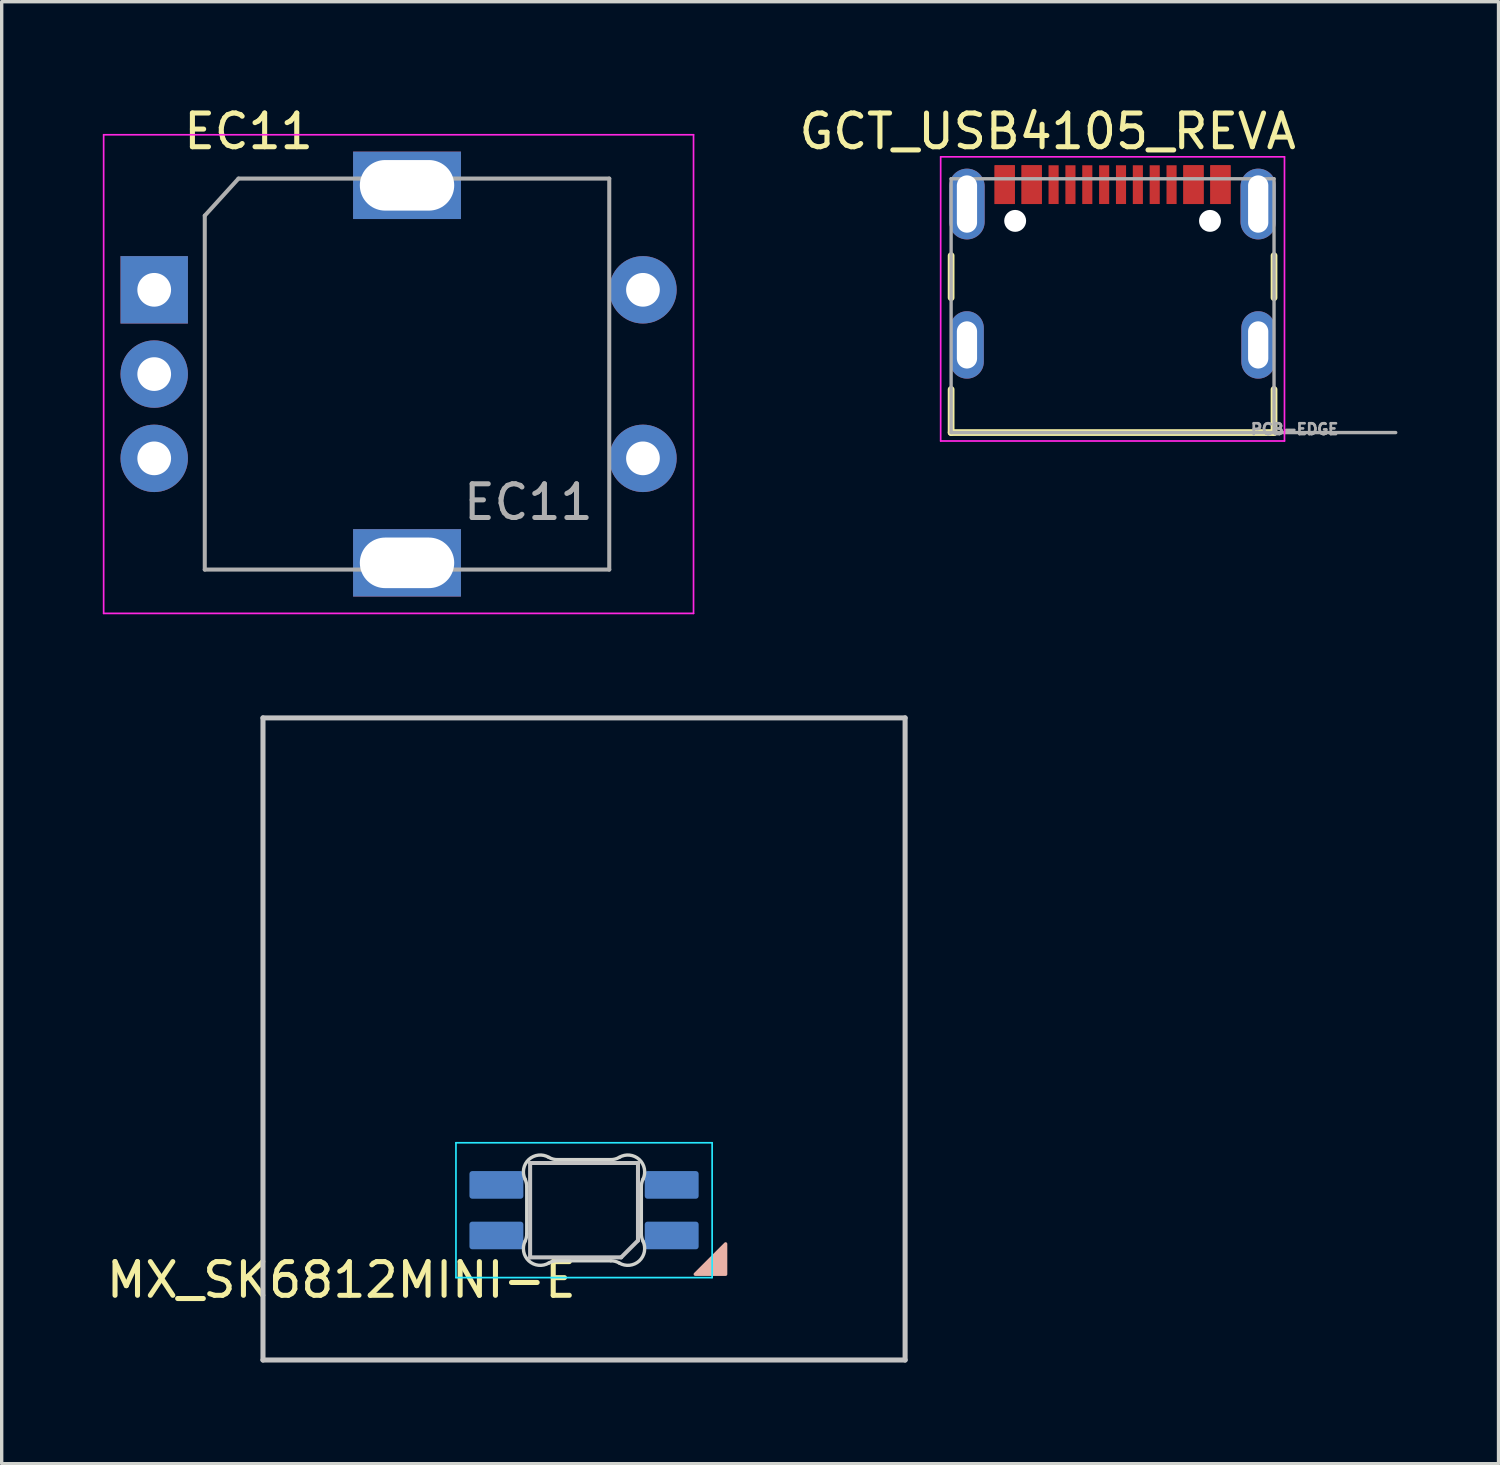
<source format=kicad_pcb>
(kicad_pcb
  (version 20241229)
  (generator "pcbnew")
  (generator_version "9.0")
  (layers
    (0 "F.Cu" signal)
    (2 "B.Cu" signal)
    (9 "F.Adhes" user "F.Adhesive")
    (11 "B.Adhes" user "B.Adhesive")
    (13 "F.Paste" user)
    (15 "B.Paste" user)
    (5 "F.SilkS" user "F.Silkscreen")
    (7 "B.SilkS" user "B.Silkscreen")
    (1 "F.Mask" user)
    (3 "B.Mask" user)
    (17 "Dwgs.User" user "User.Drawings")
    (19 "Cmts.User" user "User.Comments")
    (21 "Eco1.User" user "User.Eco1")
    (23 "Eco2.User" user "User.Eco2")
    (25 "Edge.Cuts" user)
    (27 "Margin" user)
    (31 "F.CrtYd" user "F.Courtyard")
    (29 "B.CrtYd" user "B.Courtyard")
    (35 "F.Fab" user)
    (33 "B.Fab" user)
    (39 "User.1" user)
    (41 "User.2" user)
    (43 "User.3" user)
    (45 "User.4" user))
  (footprint "MX_SK6812MINI-E"
    (layer "F.Cu")
    (at 14.277 27.773)
    (property "Reference" "MX_SK6812MINI-E" (at -7.2 7.15 0) (layer "F.SilkS") (effects (font (size 1 1) (thickness 0.15))))
    (attr through_hole)
    (fp_poly (pts (xy 4.2 6.08) (xy 3.3 6.98) (xy 4.2 6.98)) (stroke (width 0.1) (type solid)) (fill yes) (layer "B.SilkS"))
    (fp_line (start -9.525 -9.525) (end 9.525 -9.525) (stroke (width 0.15) (type solid)) (layer "Dwgs.User"))
    (fp_line (start -9.525 9.525) (end -9.525 -9.525) (stroke (width 0.15) (type solid)) (layer "Dwgs.User"))
    (fp_line (start -1.6 3.68) (end -1.6 6.48) (stroke (width 0.12) (type solid)) (layer "Dwgs.User"))
    (fp_line (start -1.6 6.48) (end 1.1 6.48) (stroke (width 0.12) (type solid)) (layer "Dwgs.User"))
    (fp_line (start 1.6 3.68) (end -1.6 3.68) (stroke (width 0.12) (type solid)) (layer "Dwgs.User"))
    (fp_line (start 1.6 5.98) (end 1.1 6.48) (stroke (width 0.12) (type solid)) (layer "Dwgs.User"))
    (fp_line (start 1.6 5.98) (end 1.6 3.68) (stroke (width 0.12) (type solid)) (layer "Dwgs.User"))
    (fp_line (start 9.525 -9.525) (end 9.525 9.525) (stroke (width 0.15) (type solid)) (layer "Dwgs.User"))
    (fp_line (start 9.525 9.525) (end -9.525 9.525) (stroke (width 0.15) (type solid)) (layer "Dwgs.User"))
    (fp_line (start -1.7 5.783) (end -1.7 4.377) (stroke (width 0.1) (type solid)) (layer "Edge.Cuts"))
    (fp_line (start -0.794 3.58) (end 0.794 3.58) (stroke (width 0.1) (type solid)) (layer "Edge.Cuts"))
    (fp_line (start 0.794 6.58) (end -0.794 6.58) (stroke (width 0.1) (type solid)) (layer "Edge.Cuts"))
    (fp_line (start 1.7 4.377) (end 1.7 5.783) (stroke (width 0.1) (type solid)) (layer "Edge.Cuts"))
    (fp_arc (start -1.749484 4.160279) (mid -1.712527 4.265931) (end -1.699999 4.377157) (stroke (width 0.1) (type solid)) (layer "Edge.Cuts"))
    (fp_arc (start -1.749484 4.160279) (mid -1.638071 3.575964) (end -1.046711 3.5117) (stroke (width 0.1) (type solid)) (layer "Edge.Cuts"))
    (fp_arc (start -1.699999 5.782842) (mid -1.712527 5.894067) (end -1.749484 5.999719) (stroke (width 0.1) (type solid)) (layer "Edge.Cuts"))
    (fp_arc (start -1.046711 6.648296) (mid -1.63807 6.584033) (end -1.749484 5.999719) (stroke (width 0.1) (type solid)) (layer "Edge.Cuts"))
    (fp_arc (start -1.04671 6.648298) (mid -0.925122 6.597376) (end -0.794452 6.579999) (stroke (width 0.1) (type solid)) (layer "Edge.Cuts"))
    (fp_arc (start -0.794453 3.579999) (mid -0.925123 3.562622) (end -1.046711 3.5117) (stroke (width 0.1) (type solid)) (layer "Edge.Cuts"))
    (fp_arc (start 0.794452 6.579999) (mid 0.925123 6.597376) (end 1.046711 6.648298) (stroke (width 0.1) (type solid)) (layer "Edge.Cuts"))
    (fp_arc (start 1.046711 3.511701) (mid 0.925123 3.562623) (end 0.794453 3.58) (stroke (width 0.1) (type solid)) (layer "Edge.Cuts"))
    (fp_arc (start 1.046711 3.511701) (mid 1.638071 3.575965) (end 1.749484 4.160279) (stroke (width 0.1) (type solid)) (layer "Edge.Cuts"))
    (fp_arc (start 1.699999 4.377156) (mid 1.712527 4.265931) (end 1.749484 4.160279) (stroke (width 0.1) (type solid)) (layer "Edge.Cuts"))
    (fp_arc (start 1.749484 5.999718) (mid 1.638072 6.584034) (end 1.046711 6.648298) (stroke (width 0.1) (type solid)) (layer "Edge.Cuts"))
    (fp_arc (start 1.749484 5.999719) (mid 1.712527 5.894067) (end 1.699999 5.782841) (stroke (width 0.1) (type solid)) (layer "Edge.Cuts"))
    (fp_line (start -3.8 3.08) (end -3.8 7.08) (stroke (width 0.05) (type solid)) (layer "B.CrtYd"))
    (fp_line (start -3.8 7.08) (end 3.8 7.08) (stroke (width 0.05) (type solid)) (layer "B.CrtYd"))
    (fp_line (start 3.8 3.08) (end -3.8 3.08) (stroke (width 0.05) (type solid)) (layer "B.CrtYd"))
    (fp_line (start 3.8 7.08) (end 3.8 3.08) (stroke (width 0.05) (type solid)) (layer "B.CrtYd"))
    (pad "1" smd roundrect (at -2.6 4.33 270) (size 0.82 1.6) (layers "B.Cu" "B.Mask" "B.Paste") (roundrect_rratio 0.1))
    (pad "2" smd roundrect (at -2.6 5.83 270) (size 0.82 1.6) (layers "B.Cu" "B.Mask" "B.Paste") (roundrect_rratio 0.1))
    (pad "3" smd roundrect (at 2.6 5.83 270) (size 0.82 1.6) (layers "B.Cu" "B.Mask" "B.Paste") (roundrect_rratio 0.1))
    (pad "4" smd roundrect (at 2.6 4.33 270) (size 0.82 1.6) (layers "B.Cu" "B.Mask" "B.Paste") (roundrect_rratio 0.1)))
  (footprint "EC11"
    (layer "F.Cu")
    (at 1.525 5.548)
    (property "Reference" "EC11" (at 2.8 -4.7 0) (layer "F.SilkS") (effects (font (size 1 1) (thickness 0.15))))
    (attr through_hole)
    (fp_line (start -1.5 -4.6) (end -1.5 9.6) (stroke (width 0.05) (type solid)) (layer "F.CrtYd"))
    (fp_line (start -1.5 -4.6) (end 16 -4.6) (stroke (width 0.05) (type solid)) (layer "F.CrtYd"))
    (fp_line (start 16 9.6) (end -1.5 9.6) (stroke (width 0.05) (type solid)) (layer "F.CrtYd"))
    (fp_line (start 16 9.6) (end 16 -4.6) (stroke (width 0.05) (type solid)) (layer "F.CrtYd"))
    (fp_line (start 1.5 -2.2) (end 2.5 -3.3) (stroke (width 0.12) (type solid)) (layer "F.Fab"))
    (fp_line (start 1.5 8.3) (end 1.5 -2.2) (stroke (width 0.12) (type solid)) (layer "F.Fab"))
    (fp_line (start 2.5 -3.3) (end 13.5 -3.3) (stroke (width 0.12) (type solid)) (layer "F.Fab"))
    (fp_line (start 13.5 -3.3) (end 13.5 8.3) (stroke (width 0.12) (type solid)) (layer "F.Fab"))
    (fp_line (start 13.5 8.3) (end 1.5 8.3) (stroke (width 0.12) (type solid)) (layer "F.Fab"))
    (fp_text user "${REFERENCE}" (at 11.1 6.3 0) (layer "F.Fab") (effects (font (size 1 1) (thickness 0.15))))
    (pad "A" thru_hole rect (at 0 0) (size 2 2) (drill 1) (layers "*.Cu" "*.Mask"))
    (pad "B" thru_hole circle (at 0 5) (size 2 2) (drill 1) (layers "*.Cu" "*.Mask"))
    (pad "C" thru_hole circle (at 0 2.5) (size 2 2) (drill 1) (layers "*.Cu" "*.Mask"))
    (pad "MP" thru_hole rect (at 7.5 -3.1) (size 3.2 2) (drill oval 2.8 1.5) (layers "*.Cu" "*.Mask"))
    (pad "MP" thru_hole rect (at 7.5 8.1) (size 3.2 2) (drill oval 2.8 1.5) (layers "*.Cu" "*.Mask"))
    (pad "S1" thru_hole circle (at 14.5 5) (size 2 2) (drill 1) (layers "*.Cu" "*.Mask"))
    (pad "S2" thru_hole circle (at 14.5 0) (size 2 2) (drill 1) (layers "*.Cu" "*.Mask")))
  (footprint "GCT_USB4105_REVA"
    (layer "F.Cu")
    (at 29.957 7.183)
    (property "Reference" "GCT_USB4105_REVA" (at -1.925 -6.335 0) (layer "F.SilkS") (effects (font (size 1 1) (thickness 0.15))))
    (attr through_hole)
    (fp_line (start -4.79 -2.65) (end -4.79 -1.4) (stroke (width 0.2) (type solid)) (layer "F.SilkS"))
    (fp_line (start -4.79 1.32) (end -4.79 2.6) (stroke (width 0.2) (type solid)) (layer "F.SilkS"))
    (fp_line (start -4.79 2.6) (end 4.79 2.6) (stroke (width 0.2) (type solid)) (layer "F.SilkS"))
    (fp_line (start 4.79 -2.65) (end 4.79 -1.4) (stroke (width 0.2) (type solid)) (layer "F.SilkS"))
    (fp_line (start 4.79 2.6) (end 4.79 1.32) (stroke (width 0.2) (type solid)) (layer "F.SilkS"))
    (fp_line (start -5.1 -5.58) (end -5.1 2.85) (stroke (width 0.05) (type solid)) (layer "F.CrtYd"))
    (fp_line (start -5.1 2.85) (end 5.1 2.85) (stroke (width 0.05) (type solid)) (layer "F.CrtYd"))
    (fp_line (start 5.1 -5.58) (end -5.1 -5.58) (stroke (width 0.05) (type solid)) (layer "F.CrtYd"))
    (fp_line (start 5.1 2.85) (end 5.1 -5.58) (stroke (width 0.05) (type solid)) (layer "F.CrtYd"))
    (fp_line (start -4.79 -4.93) (end 4.79 -4.93) (stroke (width 0.1) (type solid)) (layer "F.Fab"))
    (fp_line (start -4.79 2.6) (end -4.79 -4.93) (stroke (width 0.1) (type solid)) (layer "F.Fab"))
    (fp_line (start 4.79 -4.93) (end 4.79 2.6) (stroke (width 0.1) (type solid)) (layer "F.Fab"))
    (fp_line (start 4.79 2.6) (end -4.79 2.6) (stroke (width 0.1) (type solid)) (layer "F.Fab"))
    (fp_line (start 4.8 2.6) (end 8.4 2.6) (stroke (width 0.1) (type solid)) (layer "F.Fab"))
    (fp_text user "PCB-EDGE" (at 5.4 2.5 0) (layer "F.Fab") (effects (font (size 0.32 0.32) (thickness 0.15))))
    (pad "" np_thru_hole circle (at -2.89 -3.68) (size 0.65 0.65) (drill 0.65) (layers "*.Cu" "*.Mask"))
    (pad "" np_thru_hole circle (at 2.89 -3.68) (size 0.65 0.65) (drill 0.65) (layers "*.Cu" "*.Mask"))
    (pad "A1" smd rect (at -3.2 -4.755) (size 0.6 1.15) (layers "F.Cu" "F.Mask" "F.Paste"))
    (pad "A4" smd rect (at -2.4 -4.755) (size 0.6 1.15) (layers "F.Cu" "F.Mask" "F.Paste"))
    (pad "A5" smd rect (at -1.25 -4.755) (size 0.3 1.15) (layers "F.Cu" "F.Mask" "F.Paste"))
    (pad "A6" smd rect (at -0.25 -4.755) (size 0.3 1.15) (layers "F.Cu" "F.Mask" "F.Paste"))
    (pad "A7" smd rect (at 0.25 -4.755) (size 0.3 1.15) (layers "F.Cu" "F.Mask" "F.Paste"))
    (pad "A8" smd rect (at 1.25 -4.755) (size 0.3 1.15) (layers "F.Cu" "F.Mask" "F.Paste"))
    (pad "A9" smd rect (at 2.4 -4.755) (size 0.6 1.15) (layers "F.Cu" "F.Mask" "F.Paste"))
    (pad "A12" smd rect (at 3.2 -4.755) (size 0.6 1.15) (layers "F.Cu" "F.Mask" "F.Paste"))
    (pad "B1" smd rect (at 3.2 -4.755) (size 0.6 1.15) (layers "F.Cu" "F.Mask" "F.Paste"))
    (pad "B4" smd rect (at 2.4 -4.755) (size 0.6 1.15) (layers "F.Cu" "F.Mask" "F.Paste"))
    (pad "B5" smd rect (at 1.75 -4.755) (size 0.3 1.15) (layers "F.Cu" "F.Mask" "F.Paste"))
    (pad "B6" smd rect (at 0.75 -4.755) (size 0.3 1.15) (layers "F.Cu" "F.Mask" "F.Paste"))
    (pad "B7" smd rect (at -0.75 -4.755) (size 0.3 1.15) (layers "F.Cu" "F.Mask" "F.Paste"))
    (pad "B8" smd rect (at -1.75 -4.755) (size 0.3 1.15) (layers "F.Cu" "F.Mask" "F.Paste"))
    (pad "B9" smd rect (at -2.4 -4.755) (size 0.6 1.15) (layers "F.Cu" "F.Mask" "F.Paste"))
    (pad "B12" smd rect (at -3.2 -4.755) (size 0.6 1.15) (layers "F.Cu" "F.Mask" "F.Paste"))
    (pad "S1" thru_hole oval (at -4.32 0) (size 1 2) (drill oval 0.6 1.4) (layers "*.Cu" "*.Mask"))
    (pad "S2" thru_hole oval (at 4.32 0) (size 1 2) (drill oval 0.6 1.4) (layers "*.Cu" "*.Mask"))
    (pad "S3" thru_hole oval (at -4.32 -4.18) (size 1.05 2.1) (drill oval 0.6 1.7) (layers "*.Cu" "*.Mask"))
    (pad "S4" thru_hole oval (at 4.32 -4.18) (size 1.05 2.1) (drill oval 0.6 1.7) (layers "*.Cu" "*.Mask")))
  (gr_rect
    (start -3 -3)
    (end 41.407 40.373)
    (stroke (width 0.1) (type default))
    (fill no)
    (layer "Edge.Cuts")))
</source>
